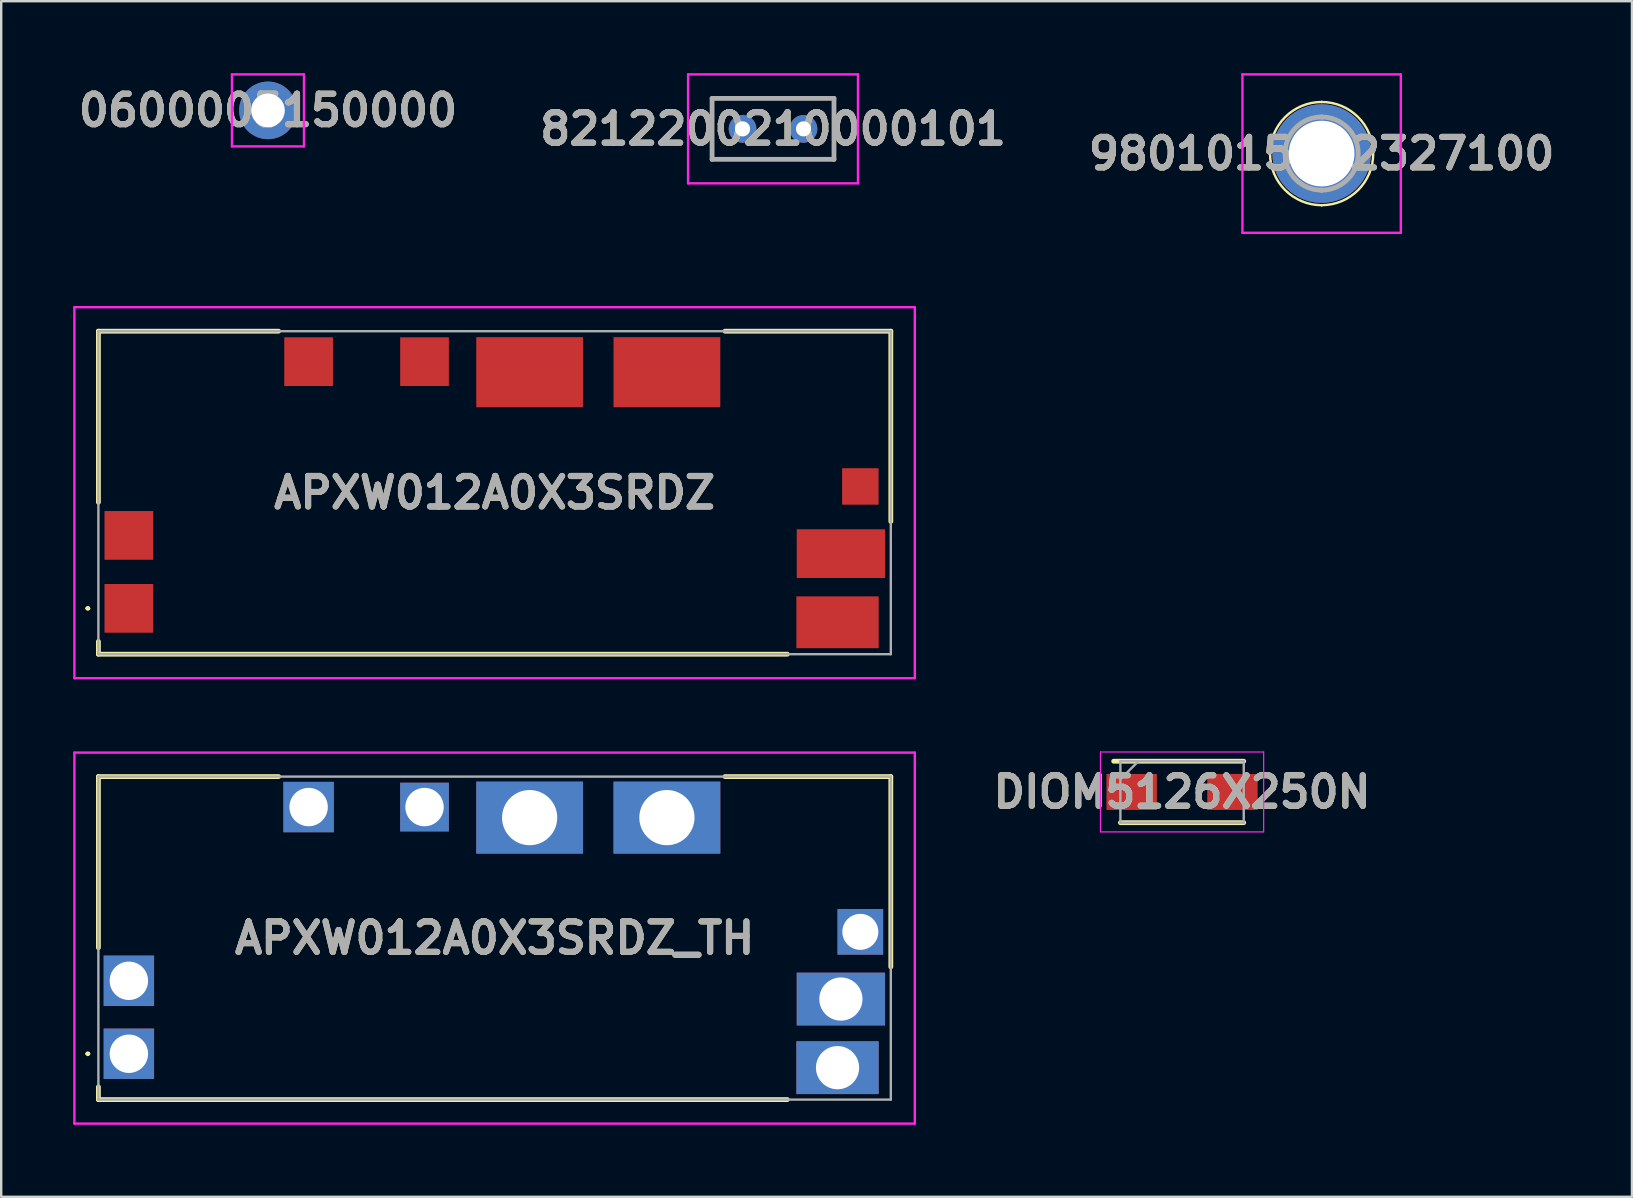
<source format=kicad_pcb>
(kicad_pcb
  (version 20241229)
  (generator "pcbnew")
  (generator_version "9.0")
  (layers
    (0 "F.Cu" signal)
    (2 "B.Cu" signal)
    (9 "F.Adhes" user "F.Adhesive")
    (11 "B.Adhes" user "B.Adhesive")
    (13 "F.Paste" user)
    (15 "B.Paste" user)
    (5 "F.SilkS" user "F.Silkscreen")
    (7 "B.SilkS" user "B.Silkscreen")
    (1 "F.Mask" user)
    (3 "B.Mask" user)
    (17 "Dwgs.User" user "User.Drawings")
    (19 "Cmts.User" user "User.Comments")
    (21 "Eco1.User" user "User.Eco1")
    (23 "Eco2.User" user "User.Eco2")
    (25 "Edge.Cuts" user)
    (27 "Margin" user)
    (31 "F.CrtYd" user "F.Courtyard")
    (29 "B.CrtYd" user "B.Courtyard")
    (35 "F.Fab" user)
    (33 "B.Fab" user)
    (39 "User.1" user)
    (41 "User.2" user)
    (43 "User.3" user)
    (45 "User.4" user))
  (footprint "APXW012A0X3SRDZ"
    (layer "F.Cu")
    (at 17.56 17.48)
    (property "Reference" "APXW012A0X3SRDZ" (at 0 0 0) (layer "F.SilkS") (effects (font (size 1.27 1.27) (thickness 0.254))))
    (attr smd)
    (fp_line (start -17 4.82) (end -17 4.82) (stroke (width 0.1) (type solid)) (layer "F.SilkS"))
    (fp_line (start -16.9 4.82) (end -16.9 4.82) (stroke (width 0.1) (type solid)) (layer "F.SilkS"))
    (fp_line (start -16.51 -6.73) (end -16.51 0.4) (stroke (width 0.2) (type solid)) (layer "F.SilkS"))
    (fp_line (start -16.51 6.2) (end -16.51 6.73) (stroke (width 0.2) (type solid)) (layer "F.SilkS"))
    (fp_line (start -16.51 6.73) (end 12.2 6.73) (stroke (width 0.2) (type solid)) (layer "F.SilkS"))
    (fp_line (start -9 -6.73) (end -16.51 -6.73) (stroke (width 0.2) (type solid)) (layer "F.SilkS"))
    (fp_line (start 16.51 -6.73) (end 9.6 -6.73) (stroke (width 0.2) (type solid)) (layer "F.SilkS"))
    (fp_line (start 16.51 1.2) (end 16.51 -6.73) (stroke (width 0.2) (type solid)) (layer "F.SilkS"))
    (fp_arc (start -17 4.82) (mid -16.95 4.77) (end -16.9 4.82) (stroke (width 0.1) (type solid)) (layer "F.SilkS"))
    (fp_arc (start -16.9 4.82) (mid -16.95 4.87) (end -17 4.82) (stroke (width 0.1) (type solid)) (layer "F.SilkS"))
    (fp_line (start -17.51 -7.73) (end 17.51 -7.73) (stroke (width 0.1) (type solid)) (layer "F.CrtYd"))
    (fp_line (start -17.51 7.73) (end -17.51 -7.73) (stroke (width 0.1) (type solid)) (layer "F.CrtYd"))
    (fp_line (start 17.51 -7.73) (end 17.51 7.73) (stroke (width 0.1) (type solid)) (layer "F.CrtYd"))
    (fp_line (start 17.51 7.73) (end -17.51 7.73) (stroke (width 0.1) (type solid)) (layer "F.CrtYd"))
    (fp_line (start -16.51 -6.73) (end 16.51 -6.73) (stroke (width 0.1) (type solid)) (layer "F.Fab"))
    (fp_line (start -16.51 6.73) (end -16.51 -6.73) (stroke (width 0.1) (type solid)) (layer "F.Fab"))
    (fp_line (start 16.51 -6.73) (end 16.51 6.73) (stroke (width 0.1) (type solid)) (layer "F.Fab"))
    (fp_line (start 16.51 6.73) (end -16.51 6.73) (stroke (width 0.1) (type solid)) (layer "F.Fab"))
    (fp_text user "${REFERENCE}" (at 0 0 0) (layer "F.Fab") (effects (font (size 1.27 1.27) (thickness 0.254))))
    (pad "1" smd rect (at -15.24 4.82 90) (size 2.03 2.03) (layers "F.Cu" "F.Mask" "F.Paste"))
    (pad "2" smd rect (at 14.29 5.4 90) (size 2.16 3.43) (layers "F.Cu" "F.Mask" "F.Paste"))
    (pad "3" smd rect (at 14.43 2.54 90) (size 2.03 3.68) (layers "F.Cu" "F.Mask" "F.Paste"))
    (pad "4" smd rect (at 15.24 -0.26 90) (size 1.52 1.52) (layers "F.Cu" "F.Mask" "F.Paste"))
    (pad "5" smd rect (at 7.18 -5.02 90) (size 2.92 4.45) (layers "F.Cu" "F.Mask" "F.Paste"))
    (pad "6" smd rect (at 1.46 -5.02 90) (size 2.92 4.45) (layers "F.Cu" "F.Mask" "F.Paste"))
    (pad "7" smd rect (at -2.92 -5.46 90) (size 2.03 2.03) (layers "F.Cu" "F.Mask" "F.Paste"))
    (pad "8" smd rect (at -7.75 -5.46 90) (size 2.03 2.03) (layers "F.Cu" "F.Mask" "F.Paste"))
    (pad "9" smd rect (at -15.24 1.78 90) (size 2.03 2.03) (layers "F.Cu" "F.Mask" "F.Paste")))
  (footprint "0600005150000"
    (layer "F.Cu")
    (at 8.116 1.55)
    (property "Reference" "0600005150000" (at 0 0 0) (layer "F.SilkS") (effects (font (size 1.27 1.27) (thickness 0.254))))
    (attr through_hole)
    (fp_line (start -1.5 -1.5) (end 1.5 -1.5) (stroke (width 0.1) (type solid)) (layer "F.CrtYd"))
    (fp_line (start -1.5 1.5) (end -1.5 -1.5) (stroke (width 0.1) (type solid)) (layer "F.CrtYd"))
    (fp_line (start 1.5 -1.5) (end 1.5 1.5) (stroke (width 0.1) (type solid)) (layer "F.CrtYd"))
    (fp_line (start 1.5 1.5) (end -1.5 1.5) (stroke (width 0.1) (type solid)) (layer "F.CrtYd"))
    (fp_text user "${REFERENCE}" (at 0 0 0) (layer "F.Fab") (effects (font (size 1.27 1.27) (thickness 0.254))))
    (pad "1" thru_hole circle (at 0 0) (size 2.4 2.4) (drill 1.4) (layers "*.Cu" "*.Mask")))
  (footprint "APXW012A0X3SRDZ_TH"
    (layer "F.Cu")
    (at 17.56 36.04)
    (property "Reference" "APXW012A0X3SRDZ_TH" (at 0 0 0) (layer "F.SilkS") (effects (font (size 1.27 1.27) (thickness 0.254))))
    (attr smd)
    (fp_line (start -17 4.82) (end -17 4.82) (stroke (width 0.1) (type solid)) (layer "F.SilkS"))
    (fp_line (start -16.9 4.82) (end -16.9 4.82) (stroke (width 0.1) (type solid)) (layer "F.SilkS"))
    (fp_line (start -16.51 -6.73) (end -16.51 0.4) (stroke (width 0.2) (type solid)) (layer "F.SilkS"))
    (fp_line (start -16.51 6.2) (end -16.51 6.73) (stroke (width 0.2) (type solid)) (layer "F.SilkS"))
    (fp_line (start -16.51 6.73) (end 12.2 6.73) (stroke (width 0.2) (type solid)) (layer "F.SilkS"))
    (fp_line (start -9 -6.73) (end -16.51 -6.73) (stroke (width 0.2) (type solid)) (layer "F.SilkS"))
    (fp_line (start 16.51 -6.73) (end 9.6 -6.73) (stroke (width 0.2) (type solid)) (layer "F.SilkS"))
    (fp_line (start 16.51 1.2) (end 16.51 -6.73) (stroke (width 0.2) (type solid)) (layer "F.SilkS"))
    (fp_arc (start -17 4.82) (mid -16.95 4.77) (end -16.9 4.82) (stroke (width 0.1) (type solid)) (layer "F.SilkS"))
    (fp_arc (start -16.9 4.82) (mid -16.95 4.87) (end -17 4.82) (stroke (width 0.1) (type solid)) (layer "F.SilkS"))
    (fp_line (start -17.51 -7.73) (end 17.51 -7.73) (stroke (width 0.1) (type solid)) (layer "F.CrtYd"))
    (fp_line (start -17.51 7.73) (end -17.51 -7.73) (stroke (width 0.1) (type solid)) (layer "F.CrtYd"))
    (fp_line (start 17.51 -7.73) (end 17.51 7.73) (stroke (width 0.1) (type solid)) (layer "F.CrtYd"))
    (fp_line (start 17.51 7.73) (end -17.51 7.73) (stroke (width 0.1) (type solid)) (layer "F.CrtYd"))
    (fp_line (start -16.51 -6.73) (end 16.51 -6.73) (stroke (width 0.1) (type solid)) (layer "F.Fab"))
    (fp_line (start -16.51 6.73) (end -16.51 -6.73) (stroke (width 0.1) (type solid)) (layer "F.Fab"))
    (fp_line (start 16.51 -6.73) (end 16.51 6.73) (stroke (width 0.1) (type solid)) (layer "F.Fab"))
    (fp_line (start 16.51 6.73) (end -16.51 6.73) (stroke (width 0.1) (type solid)) (layer "F.Fab"))
    (fp_text user "${REFERENCE}" (at 0 0 0) (layer "F.Fab") (effects (font (size 1.27 1.27) (thickness 0.254))))
    (pad "1" thru_hole rect (at -15.24 4.82 90) (size 2.1 2.1) (drill 1.6) (layers "*.Cu" "*.Mask"))
    (pad "2" thru_hole rect (at 14.29 5.4 90) (size 2.2 3.43) (drill 1.8) (layers "*.Cu" "*.Mask"))
    (pad "3" thru_hole rect (at 14.43 2.54 90) (size 2.2 3.68) (drill 1.8) (layers "*.Cu" "*.Mask"))
    (pad "4" thru_hole rect (at 15.24 -0.26 90) (size 1.9 1.9) (drill 1.5) (layers "*.Cu" "*.Mask"))
    (pad "5" thru_hole rect (at 7.18 -5.02 90) (size 3 4.45) (drill 2.3) (layers "*.Cu" "*.Mask"))
    (pad "6" thru_hole rect (at 1.46 -5.02 90) (size 3 4.45) (drill 2.3) (layers "*.Cu" "*.Mask"))
    (pad "7" thru_hole rect (at -2.92 -5.46 90) (size 2.03 2.03) (drill 1.6) (layers "*.Cu" "*.Mask"))
    (pad "8" thru_hole rect (at -7.75 -5.46 90) (size 2.1 2.1) (drill 1.6) (layers "*.Cu" "*.Mask"))
    (pad "9" thru_hole rect (at -15.24 1.78 90) (size 2.1 2.1) (drill 1.6) (layers "*.Cu" "*.Mask")))
  (footprint "9801015152327100"
    (layer "F.Cu")
    (at 52.022 3.35)
    (property "Reference" "9801015152327100" (at 0 0 0) (layer "F.SilkS") (effects (font (size 1.27 1.27) (thickness 0.254))))
    (attr through_hole)
    (fp_line (start 0 -2.15) (end 0 -2.15) (stroke (width 0.1) (type solid)) (layer "F.SilkS"))
    (fp_line (start 0 2.15) (end 0 2.15) (stroke (width 0.1) (type solid)) (layer "F.SilkS"))
    (fp_arc (start 0 -2.15) (mid 2.15 0) (end 0 2.15) (stroke (width 0.1) (type solid)) (layer "F.SilkS"))
    (fp_arc (start 0 2.15) (mid -2.15 0) (end 0 -2.15) (stroke (width 0.1) (type solid)) (layer "F.SilkS"))
    (fp_line (start -3.3 -3.3) (end 3.3 -3.3) (stroke (width 0.1) (type solid)) (layer "F.CrtYd"))
    (fp_line (start -3.3 3.3) (end -3.3 -3.3) (stroke (width 0.1) (type solid)) (layer "F.CrtYd"))
    (fp_line (start 3.3 -3.3) (end 3.3 3.3) (stroke (width 0.1) (type solid)) (layer "F.CrtYd"))
    (fp_line (start 3.3 3.3) (end -3.3 3.3) (stroke (width 0.1) (type solid)) (layer "F.CrtYd"))
    (fp_line (start 0 -1.524) (end 0 -1.524) (stroke (width 0.2) (type solid)) (layer "F.Fab"))
    (fp_line (start 0 1.524) (end 0 1.524) (stroke (width 0.2) (type solid)) (layer "F.Fab"))
    (fp_arc (start 0 -1.524) (mid 1.524 0) (end 0 1.524) (stroke (width 0.2) (type solid)) (layer "F.Fab"))
    (fp_arc (start 0 1.524) (mid -1.524 0) (end 0 -1.524) (stroke (width 0.2) (type solid)) (layer "F.Fab"))
    (fp_text user "${REFERENCE}" (at 0 0 0) (layer "F.Fab") (effects (font (size 1.27 1.27) (thickness 0.254))))
    (pad "1" thru_hole circle (at 0 0) (size 4.11 4.11) (drill 2.74) (layers "*.Cu" "*.Mask")))
  (footprint "DIOM5126X250N"
    (layer "F.Cu")
    (at 46.206 29.95)
    (property "Reference" "DIOM5126X250N" (at 0 0 0) (layer "F.SilkS") (effects (font (size 1.27 1.27) (thickness 0.254))))
    (attr smd)
    (fp_line (start -2.57 1.28) (end 2.57 1.28) (stroke (width 0.2) (type solid)) (layer "F.SilkS"))
    (fp_line (start 2.57 -1.28) (end -2.85 -1.28) (stroke (width 0.2) (type solid)) (layer "F.SilkS"))
    (fp_line (start -3.4 -1.665) (end 3.4 -1.665) (stroke (width 0.05) (type solid)) (layer "F.CrtYd"))
    (fp_line (start -3.4 1.665) (end -3.4 -1.665) (stroke (width 0.05) (type solid)) (layer "F.CrtYd"))
    (fp_line (start 3.4 -1.665) (end 3.4 1.665) (stroke (width 0.05) (type solid)) (layer "F.CrtYd"))
    (fp_line (start 3.4 1.665) (end -3.4 1.665) (stroke (width 0.05) (type solid)) (layer "F.CrtYd"))
    (fp_line (start -2.57 -1.28) (end 2.57 -1.28) (stroke (width 0.1) (type solid)) (layer "F.Fab"))
    (fp_line (start -2.57 -0.53) (end -1.82 -1.28) (stroke (width 0.1) (type solid)) (layer "F.Fab"))
    (fp_line (start -2.57 1.28) (end -2.57 -1.28) (stroke (width 0.1) (type solid)) (layer "F.Fab"))
    (fp_line (start 2.57 -1.28) (end 2.57 1.28) (stroke (width 0.1) (type solid)) (layer "F.Fab"))
    (fp_line (start 2.57 1.28) (end -2.57 1.28) (stroke (width 0.1) (type solid)) (layer "F.Fab"))
    (fp_text user "${REFERENCE}" (at 0 0 0) (layer "F.Fab") (effects (font (size 1.27 1.27) (thickness 0.254))))
    (pad "1" smd rect (at -2.1 0 90) (size 1.5 2.1) (layers "F.Cu" "F.Mask" "F.Paste"))
    (pad "2" smd rect (at 2.1 0 90) (size 1.5 2.1) (layers "F.Cu" "F.Mask" "F.Paste")))
  (footprint "8212200210000101"
    (layer "F.Cu")
    (at 27.892 2.32)
    (property "Reference" "8212200210000101" (at 1.27 0 0) (layer "F.SilkS") (effects (font (size 1.27 1.27) (thickness 0.254))))
    (attr through_hole)
    (fp_line (start -1.27 -1.27) (end 3.81 -1.27) (stroke (width 0.1) (type solid)) (layer "F.SilkS"))
    (fp_line (start -1.27 1.27) (end -1.27 -1.27) (stroke (width 0.1) (type solid)) (layer "F.SilkS"))
    (fp_line (start 3.81 -1.27) (end 3.81 1.27) (stroke (width 0.1) (type solid)) (layer "F.SilkS"))
    (fp_line (start 3.81 1.27) (end -1.27 1.27) (stroke (width 0.1) (type solid)) (layer "F.SilkS"))
    (fp_line (start -2.27 -2.27) (end 4.81 -2.27) (stroke (width 0.1) (type solid)) (layer "F.CrtYd"))
    (fp_line (start -2.27 2.27) (end -2.27 -2.27) (stroke (width 0.1) (type solid)) (layer "F.CrtYd"))
    (fp_line (start 4.81 -2.27) (end 4.81 2.27) (stroke (width 0.1) (type solid)) (layer "F.CrtYd"))
    (fp_line (start 4.81 2.27) (end -2.27 2.27) (stroke (width 0.1) (type solid)) (layer "F.CrtYd"))
    (fp_line (start -1.27 -1.27) (end 3.81 -1.27) (stroke (width 0.2) (type solid)) (layer "F.Fab"))
    (fp_line (start -1.27 1.27) (end -1.27 -1.27) (stroke (width 0.2) (type solid)) (layer "F.Fab"))
    (fp_line (start 3.81 -1.27) (end 3.81 1.27) (stroke (width 0.2) (type solid)) (layer "F.Fab"))
    (fp_line (start 3.81 1.27) (end -1.27 1.27) (stroke (width 0.2) (type solid)) (layer "F.Fab"))
    (fp_text user "${REFERENCE}" (at 1.27 0 0) (layer "F.Fab") (effects (font (size 1.27 1.27) (thickness 0.254))))
    (pad "1" thru_hole circle (at 0 0) (size 1.155 1.155) (drill 0.63) (layers "*.Cu" "*.Mask"))
    (pad "2" thru_hole circle (at 2.54 0) (size 1.155 1.155) (drill 0.63) (layers "*.Cu" "*.Mask")))
  (gr_rect
    (start -3 -3)
    (end 64.953 46.82)
    (stroke (width 0.1) (type default))
    (fill no)
    (layer "Edge.Cuts")))
</source>
